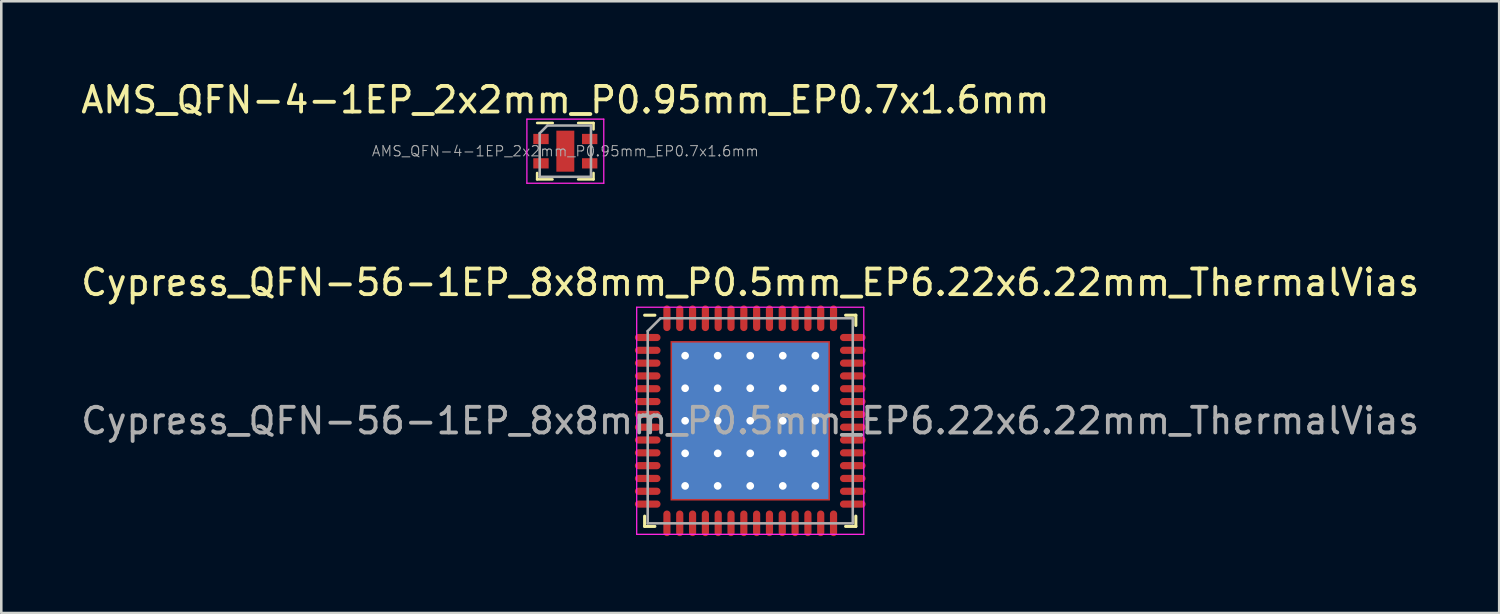
<source format=kicad_pcb>
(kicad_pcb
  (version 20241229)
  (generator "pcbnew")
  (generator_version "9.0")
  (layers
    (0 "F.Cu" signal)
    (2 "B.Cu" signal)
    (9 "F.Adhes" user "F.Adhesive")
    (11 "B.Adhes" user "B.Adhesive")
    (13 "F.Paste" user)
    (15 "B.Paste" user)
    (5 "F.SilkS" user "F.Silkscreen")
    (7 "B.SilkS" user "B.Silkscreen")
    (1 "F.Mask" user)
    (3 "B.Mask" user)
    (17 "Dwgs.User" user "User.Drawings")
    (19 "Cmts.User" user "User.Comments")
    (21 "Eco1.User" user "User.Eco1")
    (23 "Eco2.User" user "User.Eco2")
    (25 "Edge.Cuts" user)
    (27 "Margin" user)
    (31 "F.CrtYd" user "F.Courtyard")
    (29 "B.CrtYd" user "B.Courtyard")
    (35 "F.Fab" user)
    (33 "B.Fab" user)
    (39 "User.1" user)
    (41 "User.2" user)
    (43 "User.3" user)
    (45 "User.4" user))
  (footprint "Cypress_QFN-56-1EP_8x8mm_P0.5mm_EP6.22x6.22mm_ThermalVias"
    (layer "F.Cu")
    (at 26.22 13.367)
    (property "Reference" "Cypress_QFN-56-1EP_8x8mm_P0.5mm_EP6.22x6.22mm_ThermalVias" (at 0 -5.395 0) (layer "F.SilkS") (effects (font (size 1 1) (thickness 0.15))))
    (attr smd)
    (fp_line (start -2.54 -1.905) (end 2.54 -1.905) (stroke (width 0.864) (type solid)) (layer "F.Mask"))
    (fp_line (start -2.54 -0.635) (end 2.54 -0.635) (stroke (width 0.864) (type solid)) (layer "F.Mask"))
    (fp_line (start -2.54 0.635) (end 2.54 0.635) (stroke (width 0.864) (type solid)) (layer "F.Mask"))
    (fp_line (start -2.54 1.905) (end 2.54 1.905) (stroke (width 0.864) (type solid)) (layer "F.Mask"))
    (fp_line (start -1.905 -2.54) (end -1.905 2.54) (stroke (width 0.864) (type solid)) (layer "F.Mask"))
    (fp_line (start -0.635 -2.54) (end -0.635 2.54) (stroke (width 0.864) (type solid)) (layer "F.Mask"))
    (fp_line (start 0.635 -2.54) (end 0.635 2.54) (stroke (width 0.864) (type solid)) (layer "F.Mask"))
    (fp_line (start 1.905 -2.54) (end 1.905 2.54) (stroke (width 0.864) (type solid)) (layer "F.Mask"))
    (fp_circle (center -2.54 -2.54) (end -2.24 -2.54) (stroke (width 0.2) (type solid)) (fill no) (layer "F.Mask"))
    (fp_circle (center -2.54 -1.27) (end -2.24 -1.27) (stroke (width 0.2) (type solid)) (fill no) (layer "F.Mask"))
    (fp_circle (center -2.54 0) (end -2.24 0) (stroke (width 0.2) (type solid)) (fill no) (layer "F.Mask"))
    (fp_circle (center -2.54 1.27) (end -2.24 1.27) (stroke (width 0.2) (type solid)) (fill no) (layer "F.Mask"))
    (fp_circle (center -2.54 2.54) (end -2.24 2.54) (stroke (width 0.2) (type solid)) (fill no) (layer "F.Mask"))
    (fp_circle (center -1.27 -2.54) (end -0.97 -2.54) (stroke (width 0.2) (type solid)) (fill no) (layer "F.Mask"))
    (fp_circle (center -1.27 -1.27) (end -0.97 -1.27) (stroke (width 0.2) (type solid)) (fill no) (layer "F.Mask"))
    (fp_circle (center -1.27 0) (end -0.97 0) (stroke (width 0.2) (type solid)) (fill no) (layer "F.Mask"))
    (fp_circle (center -1.27 1.27) (end -0.97 1.27) (stroke (width 0.2) (type solid)) (fill no) (layer "F.Mask"))
    (fp_circle (center -1.27 2.54) (end -0.97 2.54) (stroke (width 0.2) (type solid)) (fill no) (layer "F.Mask"))
    (fp_circle (center 0 -2.54) (end 0.3 -2.54) (stroke (width 0.2) (type solid)) (fill no) (layer "F.Mask"))
    (fp_circle (center 0 -1.27) (end 0.3 -1.27) (stroke (width 0.2) (type solid)) (fill no) (layer "F.Mask"))
    (fp_circle (center 0 0) (end 0 -0.3) (stroke (width 0.2) (type solid)) (fill no) (layer "F.Mask"))
    (fp_circle (center 0 1.27) (end 0.3 1.27) (stroke (width 0.2) (type solid)) (fill no) (layer "F.Mask"))
    (fp_circle (center 0 2.54) (end 0.3 2.54) (stroke (width 0.2) (type solid)) (fill no) (layer "F.Mask"))
    (fp_circle (center 1.27 -2.54) (end 1.57 -2.54) (stroke (width 0.2) (type solid)) (fill no) (layer "F.Mask"))
    (fp_circle (center 1.27 -1.27) (end 1.57 -1.27) (stroke (width 0.2) (type solid)) (fill no) (layer "F.Mask"))
    (fp_circle (center 1.27 0) (end 1.57 0) (stroke (width 0.2) (type solid)) (fill no) (layer "F.Mask"))
    (fp_circle (center 1.27 1.27) (end 1.57 1.27) (stroke (width 0.2) (type solid)) (fill no) (layer "F.Mask"))
    (fp_circle (center 1.27 2.54) (end 1.57 2.54) (stroke (width 0.2) (type solid)) (fill no) (layer "F.Mask"))
    (fp_circle (center 2.54 -2.54) (end 2.84 -2.54) (stroke (width 0.2) (type solid)) (fill no) (layer "F.Mask"))
    (fp_circle (center 2.54 -1.27) (end 2.84 -1.27) (stroke (width 0.2) (type solid)) (fill no) (layer "F.Mask"))
    (fp_circle (center 2.54 0) (end 2.84 0) (stroke (width 0.2) (type solid)) (fill no) (layer "F.Mask"))
    (fp_circle (center 2.54 1.27) (end 2.84 1.27) (stroke (width 0.2) (type solid)) (fill no) (layer "F.Mask"))
    (fp_circle (center 2.54 2.54) (end 2.84 2.54) (stroke (width 0.2) (type solid)) (fill no) (layer "F.Mask"))
    (fp_poly (pts (xy -3.11 -3.11) (xy -2.75 -3.11) (xy -2.75 3.11) (xy -3.11 3.11)) (stroke (width 0) (type solid)) (fill yes) (layer "F.Mask"))
    (fp_poly (pts (xy -3.11 3.11) (xy -3.11 2.75) (xy 3.11 2.75) (xy 3.11 3.11)) (stroke (width 0) (type solid)) (fill yes) (layer "F.Mask"))
    (fp_poly (pts (xy 3.11 -3.11) (xy 3.11 -2.75) (xy -3.11 -2.75) (xy -3.11 -3.11)) (stroke (width 0) (type solid)) (fill yes) (layer "F.Mask"))
    (fp_poly (pts (xy 3.11 3.11) (xy 2.75 3.11) (xy 2.75 -3.11) (xy 3.11 -3.11)) (stroke (width 0) (type solid)) (fill yes) (layer "F.Mask"))
    (fp_line (start -4.12 4.12) (end -4.12 3.72) (stroke (width 0.12) (type solid)) (layer "F.SilkS"))
    (fp_line (start -4.12 4.12) (end -3.72 4.12) (stroke (width 0.12) (type solid)) (layer "F.SilkS"))
    (fp_line (start -3.72 -4.12) (end -4.12 -4.12) (stroke (width 0.12) (type solid)) (layer "F.SilkS"))
    (fp_line (start 3.72 -4.12) (end 4.12 -4.12) (stroke (width 0.12) (type solid)) (layer "F.SilkS"))
    (fp_line (start 4.12 -4.12) (end 4.12 -3.72) (stroke (width 0.12) (type solid)) (layer "F.SilkS"))
    (fp_line (start 4.12 3.72) (end 4.12 4.12) (stroke (width 0.12) (type solid)) (layer "F.SilkS"))
    (fp_line (start 4.12 4.12) (end 3.72 4.12) (stroke (width 0.12) (type solid)) (layer "F.SilkS"))
    (fp_line (start -4.43 -4.43) (end 4.43 -4.43) (stroke (width 0.05) (type solid)) (layer "F.CrtYd"))
    (fp_line (start -4.43 4.43) (end -4.43 -4.43) (stroke (width 0.05) (type solid)) (layer "F.CrtYd"))
    (fp_line (start 4.43 -4.43) (end 4.43 4.43) (stroke (width 0.05) (type solid)) (layer "F.CrtYd"))
    (fp_line (start 4.43 4.43) (end -4.43 4.43) (stroke (width 0.05) (type solid)) (layer "F.CrtYd"))
    (fp_line (start -4 -3.5) (end -3.5 -4) (stroke (width 0.1) (type solid)) (layer "F.Fab"))
    (fp_line (start -4 4) (end -4 -3.5) (stroke (width 0.1) (type solid)) (layer "F.Fab"))
    (fp_line (start -3.5 -4) (end 4 -4) (stroke (width 0.1) (type solid)) (layer "F.Fab"))
    (fp_line (start 4 -4) (end 4 4) (stroke (width 0.1) (type solid)) (layer "F.Fab"))
    (fp_line (start 4 4) (end -4 4) (stroke (width 0.1) (type solid)) (layer "F.Fab"))
    (fp_text user "${REFERENCE}" (at 0 0 0) (layer "F.Fab") (effects (font (size 1 1) (thickness 0.15))))
    (pad "" smd rect (at -1.555 -1.555) (size 2.6 2.6) (layers "F.Paste"))
    (pad "" smd rect (at -1.555 1.555) (size 2.6 2.6) (layers "F.Paste"))
    (pad "" smd rect (at 1.555 -1.555) (size 2.6 2.6) (layers "F.Paste"))
    (pad "" smd rect (at 1.555 1.555) (size 2.6 2.6) (layers "F.Paste"))
    (pad "1" smd oval (at -4 -3.25) (size 1 0.28) (layers "F.Cu" "F.Mask" "F.Paste"))
    (pad "2" smd oval (at -4 -2.75) (size 1 0.28) (layers "F.Cu" "F.Mask" "F.Paste"))
    (pad "3" smd oval (at -4 -2.25) (size 1 0.28) (layers "F.Cu" "F.Mask" "F.Paste"))
    (pad "4" smd oval (at -4 -1.75) (size 1 0.28) (layers "F.Cu" "F.Mask" "F.Paste"))
    (pad "5" smd oval (at -4 -1.25) (size 1 0.28) (layers "F.Cu" "F.Mask" "F.Paste"))
    (pad "6" smd oval (at -4 -0.75) (size 1 0.28) (layers "F.Cu" "F.Mask" "F.Paste"))
    (pad "7" smd oval (at -4 -0.25) (size 1 0.28) (layers "F.Cu" "F.Mask" "F.Paste"))
    (pad "8" smd oval (at -4 0.25) (size 1 0.28) (layers "F.Cu" "F.Mask" "F.Paste"))
    (pad "9" smd oval (at -4 0.75) (size 1 0.28) (layers "F.Cu" "F.Mask" "F.Paste"))
    (pad "10" smd oval (at -4 1.25) (size 1 0.28) (layers "F.Cu" "F.Mask" "F.Paste"))
    (pad "11" smd oval (at -4 1.75) (size 1 0.28) (layers "F.Cu" "F.Mask" "F.Paste"))
    (pad "12" smd oval (at -4 2.25) (size 1 0.28) (layers "F.Cu" "F.Mask" "F.Paste"))
    (pad "13" smd oval (at -4 2.75) (size 1 0.28) (layers "F.Cu" "F.Mask" "F.Paste"))
    (pad "14" smd oval (at -4 3.25) (size 1 0.28) (layers "F.Cu" "F.Mask" "F.Paste"))
    (pad "15" smd oval (at -3.25 4) (size 0.28 1) (layers "F.Cu" "F.Mask" "F.Paste"))
    (pad "16" smd oval (at -2.75 4) (size 0.28 1) (layers "F.Cu" "F.Mask" "F.Paste"))
    (pad "17" smd oval (at -2.25 4) (size 0.28 1) (layers "F.Cu" "F.Mask" "F.Paste"))
    (pad "18" smd oval (at -1.75 4) (size 0.28 1) (layers "F.Cu" "F.Mask" "F.Paste"))
    (pad "19" smd oval (at -1.25 4) (size 0.28 1) (layers "F.Cu" "F.Mask" "F.Paste"))
    (pad "20" smd oval (at -0.75 4) (size 0.28 1) (layers "F.Cu" "F.Mask" "F.Paste"))
    (pad "21" smd oval (at -0.25 4) (size 0.28 1) (layers "F.Cu" "F.Mask" "F.Paste"))
    (pad "22" smd oval (at 0.25 4) (size 0.28 1) (layers "F.Cu" "F.Mask" "F.Paste"))
    (pad "23" smd oval (at 0.75 4) (size 0.28 1) (layers "F.Cu" "F.Mask" "F.Paste"))
    (pad "24" smd oval (at 1.25 4) (size 0.28 1) (layers "F.Cu" "F.Mask" "F.Paste"))
    (pad "25" smd oval (at 1.75 4) (size 0.28 1) (layers "F.Cu" "F.Mask" "F.Paste"))
    (pad "26" smd oval (at 2.25 4) (size 0.28 1) (layers "F.Cu" "F.Mask" "F.Paste"))
    (pad "27" smd oval (at 2.75 4) (size 0.28 1) (layers "F.Cu" "F.Mask" "F.Paste"))
    (pad "28" smd oval (at 3.25 4) (size 0.28 1) (layers "F.Cu" "F.Mask" "F.Paste"))
    (pad "29" smd oval (at 4 3.25) (size 1 0.28) (layers "F.Cu" "F.Mask" "F.Paste"))
    (pad "30" smd oval (at 4 2.75) (size 1 0.28) (layers "F.Cu" "F.Mask" "F.Paste"))
    (pad "31" smd oval (at 4 2.25) (size 1 0.28) (layers "F.Cu" "F.Mask" "F.Paste"))
    (pad "32" smd oval (at 4 1.75) (size 1 0.28) (layers "F.Cu" "F.Mask" "F.Paste"))
    (pad "33" smd oval (at 4 1.25) (size 1 0.28) (layers "F.Cu" "F.Mask" "F.Paste"))
    (pad "34" smd oval (at 4 0.75) (size 1 0.28) (layers "F.Cu" "F.Mask" "F.Paste"))
    (pad "35" smd oval (at 4 0.25) (size 1 0.28) (layers "F.Cu" "F.Mask" "F.Paste"))
    (pad "36" smd oval (at 4 -0.25) (size 1 0.28) (layers "F.Cu" "F.Mask" "F.Paste"))
    (pad "37" smd oval (at 4 -0.75) (size 1 0.28) (layers "F.Cu" "F.Mask" "F.Paste"))
    (pad "38" smd oval (at 4 -1.25) (size 1 0.28) (layers "F.Cu" "F.Mask" "F.Paste"))
    (pad "39" smd oval (at 4 -1.75) (size 1 0.28) (layers "F.Cu" "F.Mask" "F.Paste"))
    (pad "40" smd oval (at 4 -2.25) (size 1 0.28) (layers "F.Cu" "F.Mask" "F.Paste"))
    (pad "41" smd oval (at 4 -2.75) (size 1 0.28) (layers "F.Cu" "F.Mask" "F.Paste"))
    (pad "42" smd oval (at 4 -3.25) (size 1 0.28) (layers "F.Cu" "F.Mask" "F.Paste"))
    (pad "43" smd oval (at 3.25 -4) (size 0.28 1) (layers "F.Cu" "F.Mask" "F.Paste"))
    (pad "44" smd oval (at 2.75 -4) (size 0.28 1) (layers "F.Cu" "F.Mask" "F.Paste"))
    (pad "45" smd oval (at 2.25 -4) (size 0.28 1) (layers "F.Cu" "F.Mask" "F.Paste"))
    (pad "46" smd oval (at 1.75 -4) (size 0.28 1) (layers "F.Cu" "F.Mask" "F.Paste"))
    (pad "47" smd oval (at 1.25 -4) (size 0.28 1) (layers "F.Cu" "F.Mask" "F.Paste"))
    (pad "48" smd oval (at 0.75 -4) (size 0.28 1) (layers "F.Cu" "F.Mask" "F.Paste"))
    (pad "49" smd oval (at 0.25 -4) (size 0.28 1) (layers "F.Cu" "F.Mask" "F.Paste"))
    (pad "50" smd oval (at -0.25 -4) (size 0.28 1) (layers "F.Cu" "F.Mask" "F.Paste"))
    (pad "51" smd oval (at -0.75 -4) (size 0.28 1) (layers "F.Cu" "F.Mask" "F.Paste"))
    (pad "52" smd oval (at -1.25 -4) (size 0.28 1) (layers "F.Cu" "F.Mask" "F.Paste"))
    (pad "53" smd oval (at -1.75 -4) (size 0.28 1) (layers "F.Cu" "F.Mask" "F.Paste"))
    (pad "54" smd oval (at -2.25 -4) (size 0.28 1) (layers "F.Cu" "F.Mask" "F.Paste"))
    (pad "55" smd oval (at -2.75 -4) (size 0.28 1) (layers "F.Cu" "F.Mask" "F.Paste"))
    (pad "56" smd oval (at -3.25 -4) (size 0.28 1) (layers "F.Cu" "F.Mask" "F.Paste"))
    (pad "57" thru_hole circle (at -2.54 -2.54) (size 0.6 0.6) (drill 0.3) (layers "*.Cu"))
    (pad "57" thru_hole circle (at -2.54 -1.27) (size 0.6 0.6) (drill 0.3) (layers "*.Cu"))
    (pad "57" thru_hole circle (at -2.54 0) (size 0.6 0.6) (drill 0.3) (layers "*.Cu"))
    (pad "57" thru_hole circle (at -2.54 1.27) (size 0.6 0.6) (drill 0.3) (layers "*.Cu"))
    (pad "57" thru_hole circle (at -2.54 2.54) (size 0.6 0.6) (drill 0.3) (layers "*.Cu"))
    (pad "57" thru_hole circle (at -1.27 -2.54) (size 0.6 0.6) (drill 0.3) (layers "*.Cu"))
    (pad "57" thru_hole circle (at -1.27 -1.27) (size 0.6 0.6) (drill 0.3) (layers "*.Cu"))
    (pad "57" thru_hole circle (at -1.27 0) (size 0.6 0.6) (drill 0.3) (layers "*.Cu"))
    (pad "57" thru_hole circle (at -1.27 1.27) (size 0.6 0.6) (drill 0.3) (layers "*.Cu"))
    (pad "57" thru_hole circle (at -1.27 2.54) (size 0.6 0.6) (drill 0.3) (layers "*.Cu"))
    (pad "57" thru_hole circle (at 0 -2.54) (size 0.6 0.6) (drill 0.3) (layers "*.Cu"))
    (pad "57" thru_hole circle (at 0 -1.27) (size 0.6 0.6) (drill 0.3) (layers "*.Cu"))
    (pad "57" thru_hole circle (at 0 0) (size 0.6 0.6) (drill 0.3) (layers "*.Cu"))
    (pad "57" smd rect (at 0 0) (size 6.1 6.1) (layers "B.Cu"))
    (pad "57" smd rect (at 0 0) (size 6.22 6.22) (layers "F.Cu"))
    (pad "57" thru_hole circle (at 0 1.27) (size 0.6 0.6) (drill 0.3) (layers "*.Cu"))
    (pad "57" thru_hole circle (at 0 2.54) (size 0.6 0.6) (drill 0.3) (layers "*.Cu"))
    (pad "57" thru_hole circle (at 1.27 -2.54) (size 0.6 0.6) (drill 0.3) (layers "*.Cu"))
    (pad "57" thru_hole circle (at 1.27 -1.27) (size 0.6 0.6) (drill 0.3) (layers "*.Cu"))
    (pad "57" thru_hole circle (at 1.27 0) (size 0.6 0.6) (drill 0.3) (layers "*.Cu"))
    (pad "57" thru_hole circle (at 1.27 1.27) (size 0.6 0.6) (drill 0.3) (layers "*.Cu"))
    (pad "57" thru_hole circle (at 1.27 2.54) (size 0.6 0.6) (drill 0.3) (layers "*.Cu"))
    (pad "57" thru_hole circle (at 2.54 -2.54) (size 0.6 0.6) (drill 0.3) (layers "*.Cu"))
    (pad "57" thru_hole circle (at 2.54 -1.27) (size 0.6 0.6) (drill 0.3) (layers "*.Cu"))
    (pad "57" thru_hole circle (at 2.54 0) (size 0.6 0.6) (drill 0.3) (layers "*.Cu"))
    (pad "57" thru_hole circle (at 2.54 1.27) (size 0.6 0.6) (drill 0.3) (layers "*.Cu"))
    (pad "57" thru_hole circle (at 2.54 2.54) (size 0.6 0.6) (drill 0.3) (layers "*.Cu")))
  (footprint "AMS_QFN-4-1EP_2x2mm_P0.95mm_EP0.7x1.6mm"
    (layer "F.Cu")
    (at 19.006 2.848)
    (property "Reference" "AMS_QFN-4-1EP_2x2mm_P0.95mm_EP0.7x1.6mm" (at 0 -2 0) (layer "F.SilkS") (effects (font (size 1 1) (thickness 0.15))))
    (attr smd)
    (fp_line (start -1.1 1.1) (end -1.1 0.85) (stroke (width 0.1) (type solid)) (layer "F.SilkS"))
    (fp_line (start -1.1 1.1) (end -0.5 1.1) (stroke (width 0.1) (type solid)) (layer "F.SilkS"))
    (fp_line (start -0.49 -1.1) (end -1.1 -1.1) (stroke (width 0.1) (type solid)) (layer "F.SilkS"))
    (fp_line (start 1.1 -1.1) (end 0.5 -1.1) (stroke (width 0.1) (type solid)) (layer "F.SilkS"))
    (fp_line (start 1.1 -1.1) (end 1.1 -0.85) (stroke (width 0.1) (type solid)) (layer "F.SilkS"))
    (fp_line (start 1.1 1.1) (end 0.5 1.1) (stroke (width 0.1) (type solid)) (layer "F.SilkS"))
    (fp_line (start 1.1 1.1) (end 1.1 0.85) (stroke (width 0.1) (type solid)) (layer "F.SilkS"))
    (fp_line (start -1.5 -1.25) (end 1.5 -1.25) (stroke (width 0.05) (type solid)) (layer "F.CrtYd"))
    (fp_line (start -1.5 1.25) (end -1.5 -1.25) (stroke (width 0.05) (type solid)) (layer "F.CrtYd"))
    (fp_line (start 1.5 -1.25) (end 1.5 1.25) (stroke (width 0.05) (type solid)) (layer "F.CrtYd"))
    (fp_line (start 1.5 1.25) (end -1.5 1.25) (stroke (width 0.05) (type solid)) (layer "F.CrtYd"))
    (fp_line (start -1 -0.7) (end -0.7 -1) (stroke (width 0.1) (type solid)) (layer "F.Fab"))
    (fp_line (start -1 1) (end -1 -0.7) (stroke (width 0.1) (type solid)) (layer "F.Fab"))
    (fp_line (start -0.7 -1) (end 1 -1) (stroke (width 0.1) (type solid)) (layer "F.Fab"))
    (fp_line (start 1 -1) (end 1 1) (stroke (width 0.1) (type solid)) (layer "F.Fab"))
    (fp_line (start 1 1) (end -1 1) (stroke (width 0.1) (type solid)) (layer "F.Fab"))
    (fp_text user "${REFERENCE}" (at 0 0 0) (layer "F.Fab") (effects (font (size 0.4 0.4) (thickness 0.04))))
    (pad "" smd rect (at 0 0) (size 0.35 0.8) (layers "F.Paste"))
    (pad "1" smd rect (at -0.95 -0.475) (size 0.6 0.4) (layers "F.Cu" "F.Mask" "F.Paste"))
    (pad "2" smd rect (at -0.95 0.475) (size 0.6 0.4) (layers "F.Cu" "F.Mask" "F.Paste"))
    (pad "3" smd rect (at 0.95 0.475) (size 0.6 0.4) (layers "F.Cu" "F.Mask" "F.Paste"))
    (pad "4" smd rect (at 0.95 -0.475) (size 0.6 0.4) (layers "F.Cu" "F.Mask" "F.Paste"))
    (pad "5" smd rect (at 0 0) (size 0.7 1.6) (layers "F.Cu" "F.Mask")))
  (gr_rect
    (start -3 -3)
    (end 55.44 20.866)
    (stroke (width 0.1) (type default))
    (fill no)
    (layer "Edge.Cuts")))
</source>
